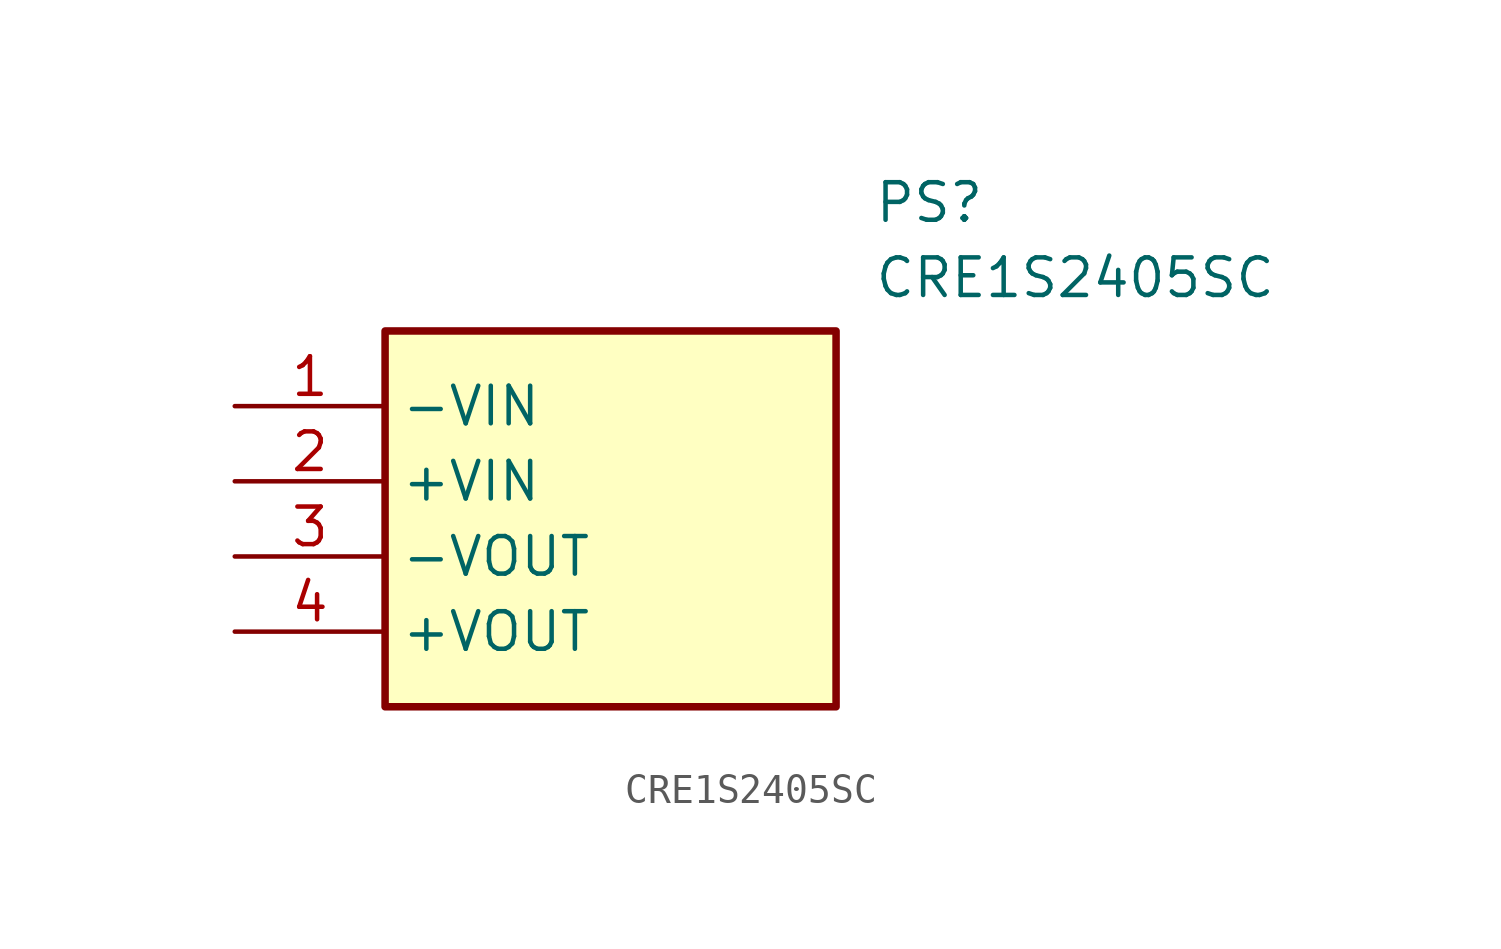
<source format=kicad_sym>
(kicad_symbol_lib
  (version 20211014)
  (generator SamacSys_ECAD_Model)
  (symbol "CRE1S2405SC"
    (property "Reference" "PS"
      (at 21.59 7.62 0)
      (effects (font (size 1.27 1.27)) (justify left top)))
    (property "Value" "CRE1S2405SC"
      (at 21.59 5.08 0)
      (effects (font (size 1.27 1.27)) (justify left top)))
    (rectangle
      (start 5.08 2.54)
      (end 20.32 -10.16)
      (stroke (width 0.254) (type default))
      (fill (type background)))
    (pin passive line
      (at 0 0 0)
      (length 5.08)
      (name "-VIN" (effects (font (size 1.27 1.27))))
      (number "1" (effects (font (size 1.27 1.27)))))
    (pin passive line
      (at 0 -2.54 0)
      (length 5.08)
      (name "+VIN" (effects (font (size 1.27 1.27))))
      (number "2" (effects (font (size 1.27 1.27)))))
    (pin passive line
      (at 0 -5.08 0)
      (length 5.08)
      (name "-VOUT" (effects (font (size 1.27 1.27))))
      (number "3" (effects (font (size 1.27 1.27)))))
    (pin passive line
      (at 0 -7.62 0)
      (length 5.08)
      (name "+VOUT" (effects (font (size 1.27 1.27))))
      (number "4" (effects (font (size 1.27 1.27)))))))
</source>
